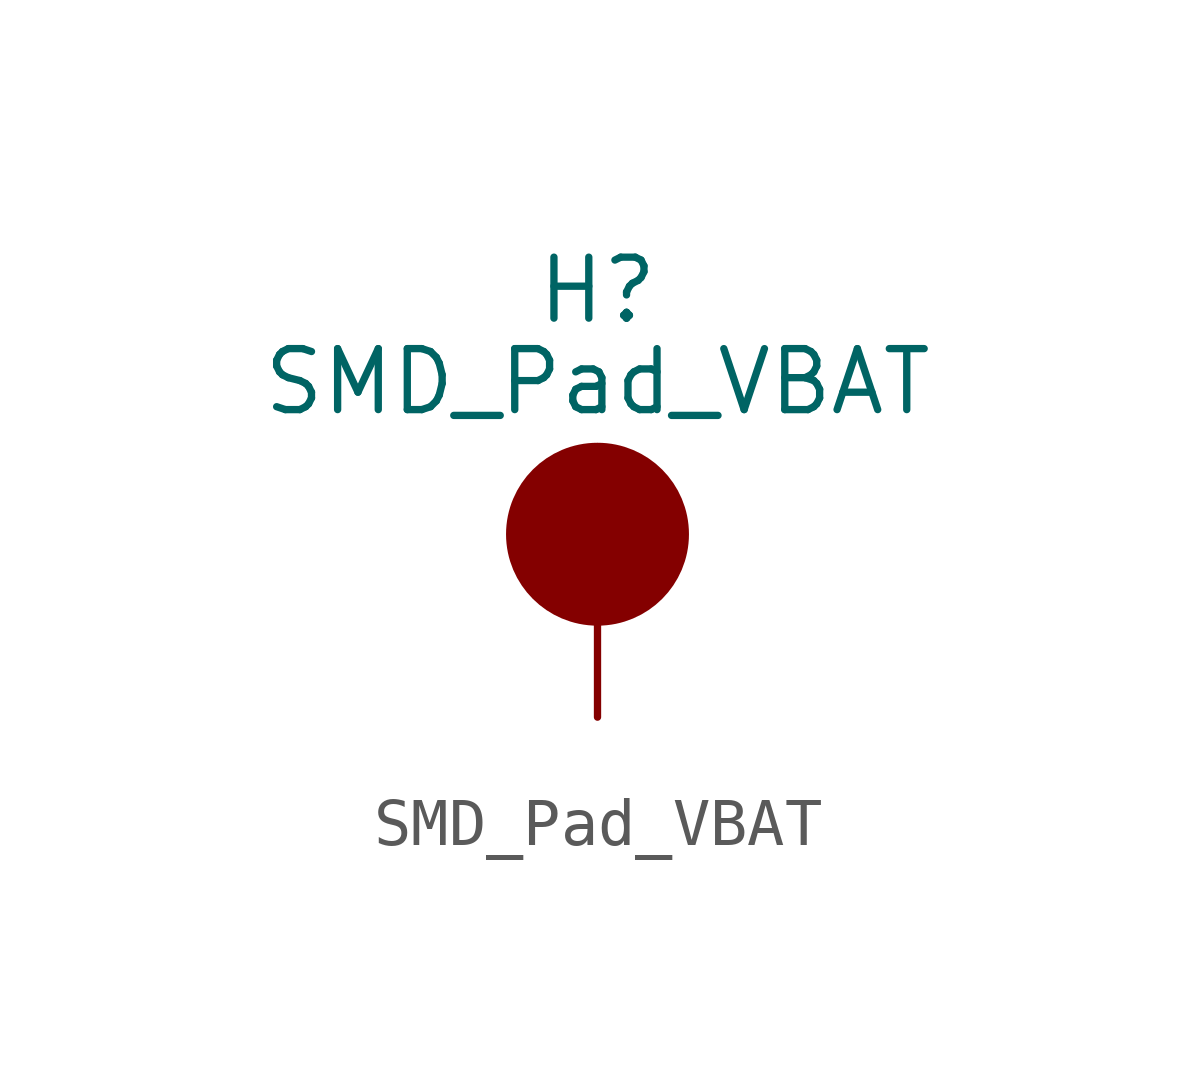
<source format=kicad_sym>
(kicad_symbol_lib
  (version 20231120)
  (generator "kicad_symbol_editor")
  (generator_version "8.0")
  (symbol "SMD_Pad_VBAT"
    (pin_numbers hide)
    (pin_names
      (offset 1.016) hide)
    (property "Reference" "H"
      (at 0 6.35 0)
      (effects (font (size 1.27 1.27))))
    (property "Value" "SMD_Pad_VBAT"
      (at 0 4.445 0)
      (effects (font (size 1.27 1.27))))
    (symbol "SMD_Pad_VBAT_1_1"
      (circle (center 0 1.27) (radius 1.27) (stroke (width 1.27) (type default)) (fill (type color) (color 132 0 0 1)))
      (pin input line (at 0 -2.54 90) (length 2.54) (name "1" (effects (font (size 1.27 1.27)))) (number "1" (effects (font (size 1.27 1.27))))))))
</source>
